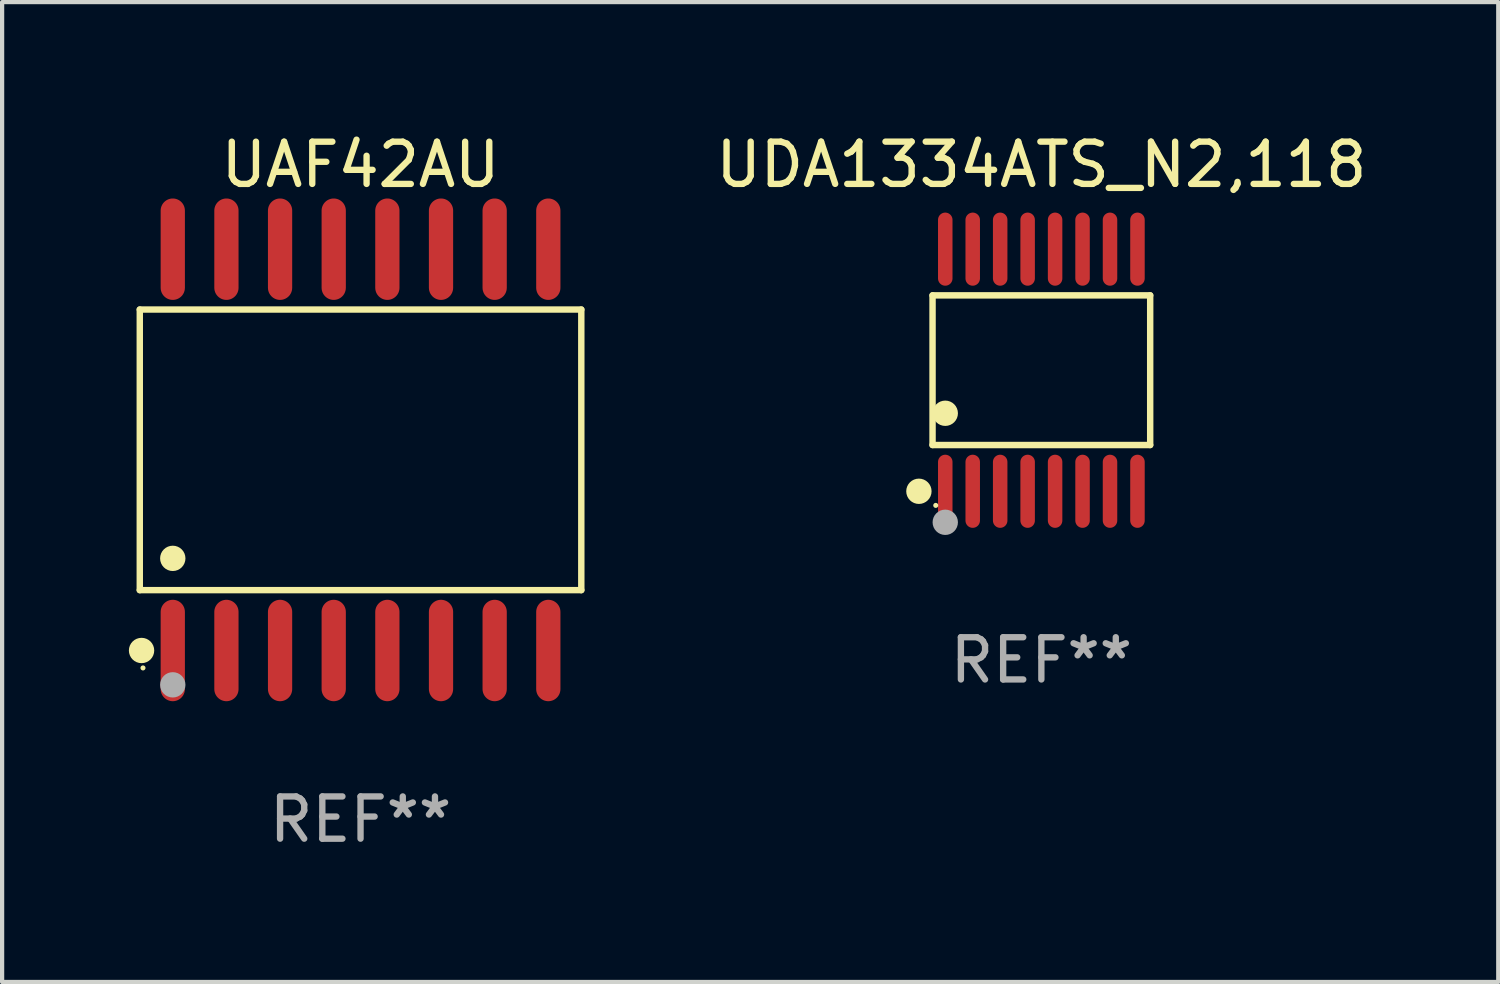
<source format=kicad_pcb>
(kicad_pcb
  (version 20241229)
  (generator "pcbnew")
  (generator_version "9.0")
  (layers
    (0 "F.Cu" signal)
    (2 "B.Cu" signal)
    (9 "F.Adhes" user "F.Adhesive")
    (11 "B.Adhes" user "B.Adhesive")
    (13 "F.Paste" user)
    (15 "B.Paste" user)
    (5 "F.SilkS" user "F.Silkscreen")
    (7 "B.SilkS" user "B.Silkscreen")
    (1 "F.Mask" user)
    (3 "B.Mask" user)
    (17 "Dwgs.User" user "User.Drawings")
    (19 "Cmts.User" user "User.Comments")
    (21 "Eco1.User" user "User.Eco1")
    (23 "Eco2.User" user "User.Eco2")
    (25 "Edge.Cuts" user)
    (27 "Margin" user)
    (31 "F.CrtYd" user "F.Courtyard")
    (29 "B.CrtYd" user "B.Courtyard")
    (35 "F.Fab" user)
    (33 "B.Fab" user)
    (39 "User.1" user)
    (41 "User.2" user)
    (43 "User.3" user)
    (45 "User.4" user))
  (footprint "UAF42AU"
    (layer "F.Cu")
    (at 5.485 7.599)
    (property "Reference" "UAF42AU" (at 0 -6.75 0) (layer "F.SilkS") (effects (font (size 1 1) (thickness 0.15))))
    (attr through_hole)
    (fp_line (start -5.226 -3.321) (end 5.226 -3.321) (stroke (width 0.152) (type solid)) (layer "F.SilkS"))
    (fp_line (start -5.226 3.321) (end -5.226 -3.321) (stroke (width 0.152) (type solid)) (layer "F.SilkS"))
    (fp_line (start 5.226 -3.321) (end 5.226 3.321) (stroke (width 0.152) (type solid)) (layer "F.SilkS"))
    (fp_line (start 5.226 3.321) (end -5.226 3.321) (stroke (width 0.152) (type solid)) (layer "F.SilkS"))
    (fp_circle (center -5.184 4.75) (end -5.034 4.75) (stroke (width 0.3) (type solid)) (fill no) (layer "F.SilkS"))
    (fp_circle (center -5.15 5.163) (end -5.12 5.163) (stroke (width 0.06) (type solid)) (fill no) (layer "F.SilkS"))
    (fp_circle (center -4.445 2.569) (end -4.295 2.569) (stroke (width 0.3) (type solid)) (fill no) (layer "F.SilkS"))
    (fp_circle (center -4.445 5.563) (end -4.295 5.563) (stroke (width 0.3) (type solid)) (fill no) (layer "F.Fab"))
    (fp_text user "REF**" (at 0 8.75 0) (layer "F.Fab") (effects (font (size 1 1) (thickness 0.15))))
    (pad "1" smd oval (at -4.445 4.75) (size 0.574 2.401) (layers "F.Cu" "F.Mask" "F.Paste"))
    (pad "2" smd oval (at -3.175 4.75) (size 0.574 2.401) (layers "F.Cu" "F.Mask" "F.Paste"))
    (pad "3" smd oval (at -1.905 4.75) (size 0.574 2.401) (layers "F.Cu" "F.Mask" "F.Paste"))
    (pad "4" smd oval (at -0.635 4.75) (size 0.574 2.401) (layers "F.Cu" "F.Mask" "F.Paste"))
    (pad "5" smd oval (at 0.635 4.75) (size 0.574 2.401) (layers "F.Cu" "F.Mask" "F.Paste"))
    (pad "6" smd oval (at 1.905 4.75) (size 0.574 2.401) (layers "F.Cu" "F.Mask" "F.Paste"))
    (pad "7" smd oval (at 3.175 4.75) (size 0.574 2.401) (layers "F.Cu" "F.Mask" "F.Paste"))
    (pad "8" smd oval (at 4.445 4.75) (size 0.574 2.401) (layers "F.Cu" "F.Mask" "F.Paste"))
    (pad "9" smd oval (at 4.445 -4.75) (size 0.574 2.401) (layers "F.Cu" "F.Mask" "F.Paste"))
    (pad "10" smd oval (at 3.175 -4.75) (size 0.574 2.401) (layers "F.Cu" "F.Mask" "F.Paste"))
    (pad "11" smd oval (at 1.905 -4.75) (size 0.574 2.401) (layers "F.Cu" "F.Mask" "F.Paste"))
    (pad "12" smd oval (at 0.635 -4.75) (size 0.574 2.401) (layers "F.Cu" "F.Mask" "F.Paste"))
    (pad "13" smd oval (at -0.635 -4.75) (size 0.574 2.401) (layers "F.Cu" "F.Mask" "F.Paste"))
    (pad "14" smd oval (at -1.905 -4.75) (size 0.574 2.401) (layers "F.Cu" "F.Mask" "F.Paste"))
    (pad "15" smd oval (at -3.175 -4.75) (size 0.574 2.401) (layers "F.Cu" "F.Mask" "F.Paste"))
    (pad "16" smd oval (at -4.445 -4.75) (size 0.574 2.401) (layers "F.Cu" "F.Mask" "F.Paste")))
  (footprint "UDA1334ATS_N2,118"
    (layer "F.Cu")
    (at 21.602 5.714)
    (property "Reference" "UDA1334ATS_N2,118" (at 0 -4.866 0) (layer "F.SilkS") (effects (font (size 1 1) (thickness 0.15))))
    (attr through_hole)
    (fp_line (start -2.576 -1.772) (end 2.576 -1.772) (stroke (width 0.152) (type solid)) (layer "F.SilkS"))
    (fp_line (start -2.576 1.771) (end -2.576 -1.772) (stroke (width 0.152) (type solid)) (layer "F.SilkS"))
    (fp_line (start 2.576 -1.772) (end 2.576 1.771) (stroke (width 0.152) (type solid)) (layer "F.SilkS"))
    (fp_line (start 2.576 1.771) (end -2.576 1.771) (stroke (width 0.152) (type solid)) (layer "F.SilkS"))
    (fp_circle (center -2.899 2.866) (end -2.749 2.866) (stroke (width 0.3) (type solid)) (fill no) (layer "F.SilkS"))
    (fp_circle (center -2.5 3.2) (end -2.47 3.2) (stroke (width 0.06) (type solid)) (fill no) (layer "F.SilkS"))
    (fp_circle (center -2.275 1.019) (end -2.125 1.019) (stroke (width 0.3) (type solid)) (fill no) (layer "F.SilkS"))
    (fp_circle (center -2.275 3.6) (end -2.125 3.6) (stroke (width 0.3) (type solid)) (fill no) (layer "F.Fab"))
    (fp_text user "REF**" (at 0 6.866 0) (layer "F.Fab") (effects (font (size 1 1) (thickness 0.15))))
    (pad "1" smd oval (at -2.275 2.866) (size 0.343 1.731) (layers "F.Cu" "F.Mask" "F.Paste"))
    (pad "2" smd oval (at -1.625 2.866) (size 0.343 1.731) (layers "F.Cu" "F.Mask" "F.Paste"))
    (pad "3" smd oval (at -0.975 2.866) (size 0.343 1.731) (layers "F.Cu" "F.Mask" "F.Paste"))
    (pad "4" smd oval (at -0.325 2.866) (size 0.343 1.731) (layers "F.Cu" "F.Mask" "F.Paste"))
    (pad "5" smd oval (at 0.325 2.866) (size 0.343 1.731) (layers "F.Cu" "F.Mask" "F.Paste"))
    (pad "6" smd oval (at 0.975 2.866) (size 0.343 1.731) (layers "F.Cu" "F.Mask" "F.Paste"))
    (pad "7" smd oval (at 1.625 2.866) (size 0.343 1.731) (layers "F.Cu" "F.Mask" "F.Paste"))
    (pad "8" smd oval (at 2.275 2.866) (size 0.343 1.731) (layers "F.Cu" "F.Mask" "F.Paste"))
    (pad "9" smd oval (at 2.275 -2.866) (size 0.343 1.731) (layers "F.Cu" "F.Mask" "F.Paste"))
    (pad "10" smd oval (at 1.625 -2.866) (size 0.343 1.731) (layers "F.Cu" "F.Mask" "F.Paste"))
    (pad "11" smd oval (at 0.975 -2.866) (size 0.343 1.731) (layers "F.Cu" "F.Mask" "F.Paste"))
    (pad "12" smd oval (at 0.325 -2.866) (size 0.343 1.731) (layers "F.Cu" "F.Mask" "F.Paste"))
    (pad "13" smd oval (at -0.325 -2.866) (size 0.343 1.731) (layers "F.Cu" "F.Mask" "F.Paste"))
    (pad "14" smd oval (at -0.975 -2.866) (size 0.343 1.731) (layers "F.Cu" "F.Mask" "F.Paste"))
    (pad "15" smd oval (at -1.625 -2.866) (size 0.343 1.731) (layers "F.Cu" "F.Mask" "F.Paste"))
    (pad "16" smd oval (at -2.275 -2.866) (size 0.343 1.731) (layers "F.Cu" "F.Mask" "F.Paste")))
  (gr_rect
    (start -3 -3)
    (end 32.418 20.197)
    (stroke (width 0.1) (type default))
    (fill no)
    (layer "Edge.Cuts")))
</source>
